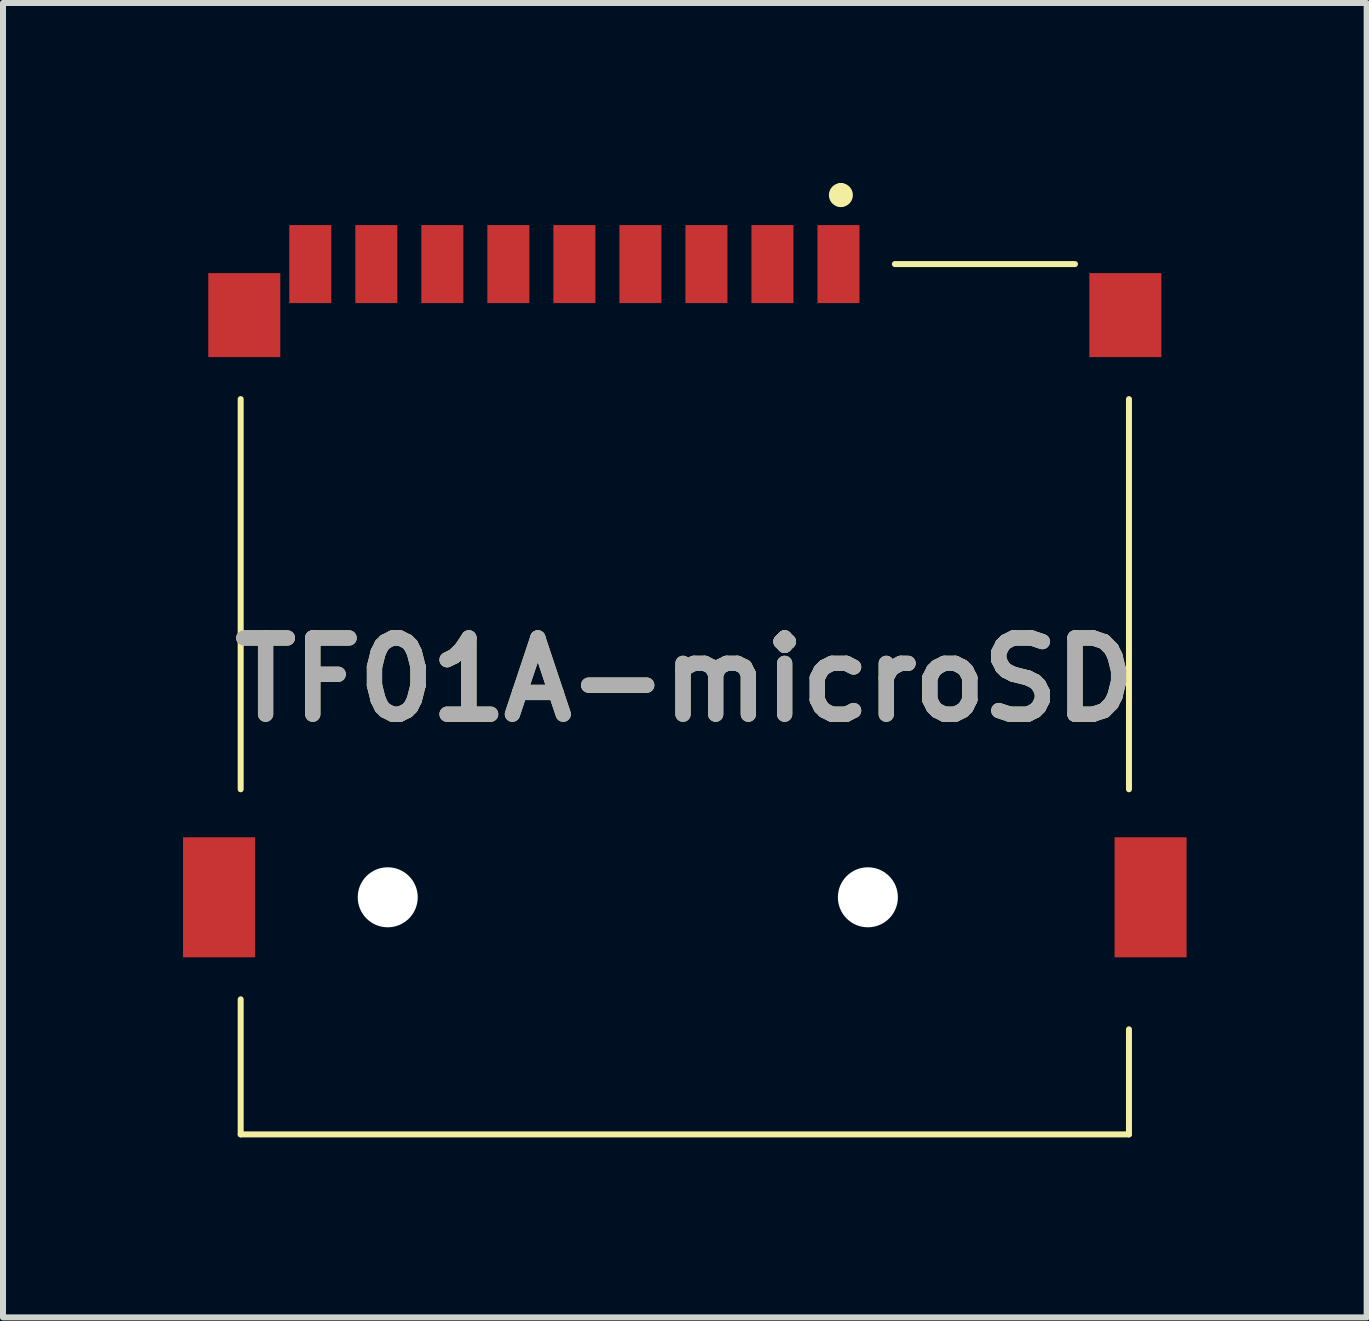
<source format=kicad_pcb>
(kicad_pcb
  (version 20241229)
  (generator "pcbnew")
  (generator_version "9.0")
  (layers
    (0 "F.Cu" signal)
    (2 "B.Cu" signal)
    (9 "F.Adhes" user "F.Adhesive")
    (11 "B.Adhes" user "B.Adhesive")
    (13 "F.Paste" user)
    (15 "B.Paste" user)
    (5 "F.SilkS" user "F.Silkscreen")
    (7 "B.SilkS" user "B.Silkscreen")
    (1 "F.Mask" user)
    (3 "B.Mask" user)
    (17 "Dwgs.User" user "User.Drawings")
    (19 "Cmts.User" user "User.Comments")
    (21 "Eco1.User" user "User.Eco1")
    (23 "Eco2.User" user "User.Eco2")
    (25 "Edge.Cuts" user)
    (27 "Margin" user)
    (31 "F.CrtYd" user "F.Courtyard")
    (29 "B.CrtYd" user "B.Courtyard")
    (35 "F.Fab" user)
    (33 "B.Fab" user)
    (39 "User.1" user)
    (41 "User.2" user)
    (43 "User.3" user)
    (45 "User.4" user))
  (footprint "TF01A-microSD"
    (layer "F.Cu")
    (at 8.36 8.6)
    (property "Reference" "TF01A-microSD" (at 0 -0.325 0) (layer "F.SilkS") (effects (font (size 1.27 1.27) (thickness 0.254))))
    (attr through_hole)
    (fp_line (start -7.4 -5) (end -7.4 1.5) (stroke (width 0.1) (type solid)) (layer "F.SilkS"))
    (fp_line (start -7.4 5) (end -7.4 7.25) (stroke (width 0.1) (type solid)) (layer "F.SilkS"))
    (fp_line (start -7.4 7.25) (end 7.4 7.25) (stroke (width 0.1) (type solid)) (layer "F.SilkS"))
    (fp_line (start 2.6 -8.5) (end 2.6 -8.5) (stroke (width 0.2) (type solid)) (layer "F.SilkS"))
    (fp_line (start 2.6 -8.3) (end 2.6 -8.3) (stroke (width 0.2) (type solid)) (layer "F.SilkS"))
    (fp_line (start 3.5 -7.25) (end 6.5 -7.25) (stroke (width 0.1) (type solid)) (layer "F.SilkS"))
    (fp_line (start 7.4 1.5) (end 7.4 -5) (stroke (width 0.1) (type solid)) (layer "F.SilkS"))
    (fp_line (start 7.4 7.25) (end 7.4 5.5) (stroke (width 0.1) (type solid)) (layer "F.SilkS"))
    (fp_arc (start 2.6 -8.5) (mid 2.7 -8.4) (end 2.6 -8.3) (stroke (width 0.2) (type solid)) (layer "F.SilkS"))
    (fp_arc (start 2.6 -8.3) (mid 2.5 -8.4) (end 2.6 -8.5) (stroke (width 0.2) (type solid)) (layer "F.SilkS"))
    (fp_text user "${REFERENCE}" (at 0 -0.325 0) (layer "F.Fab") (effects (font (size 1.27 1.27) (thickness 0.254))))
    (pad "" np_thru_hole circle (at -4.95 3.3) (size 1 1) (drill 1) (layers "*.Cu" "*.Mask"))
    (pad "" np_thru_hole circle (at 3.05 3.3) (size 1 1) (drill 1) (layers "*.Cu" "*.Mask"))
    (pad "1" smd rect (at 2.56 -7.25) (size 0.7 1.3) (layers "F.Cu" "F.Mask" "F.Paste"))
    (pad "2" smd rect (at 1.46 -7.25) (size 0.7 1.3) (layers "F.Cu" "F.Mask" "F.Paste"))
    (pad "3" smd rect (at 0.36 -7.25) (size 0.7 1.3) (layers "F.Cu" "F.Mask" "F.Paste"))
    (pad "4" smd rect (at -0.74 -7.25) (size 0.7 1.3) (layers "F.Cu" "F.Mask" "F.Paste"))
    (pad "5" smd rect (at -1.84 -7.25) (size 0.7 1.3) (layers "F.Cu" "F.Mask" "F.Paste"))
    (pad "6" smd rect (at -2.94 -7.25) (size 0.7 1.3) (layers "F.Cu" "F.Mask" "F.Paste"))
    (pad "7" smd rect (at -4.04 -7.25) (size 0.7 1.3) (layers "F.Cu" "F.Mask" "F.Paste"))
    (pad "8" smd rect (at -5.14 -7.25) (size 0.7 1.3) (layers "F.Cu" "F.Mask" "F.Paste"))
    (pad "9" smd rect (at -6.24 -7.25) (size 0.7 1.3) (layers "F.Cu" "F.Mask" "F.Paste"))
    (pad "10" smd rect (at -7.76 3.3) (size 1.2 2) (layers "F.Cu" "F.Mask" "F.Paste"))
    (pad "10" smd rect (at -7.34 -6.4) (size 1.2 1.4) (layers "F.Cu" "F.Mask" "F.Paste"))
    (pad "10" smd rect (at 7.34 -6.4) (size 1.2 1.4) (layers "F.Cu" "F.Mask" "F.Paste"))
    (pad "10" smd rect (at 7.76 3.3) (size 1.2 2) (layers "F.Cu" "F.Mask" "F.Paste")))
  (gr_rect
    (start -3 -3)
    (end 19.72 18.9)
    (stroke (width 0.1) (type default))
    (fill no)
    (layer "Edge.Cuts")))
</source>
